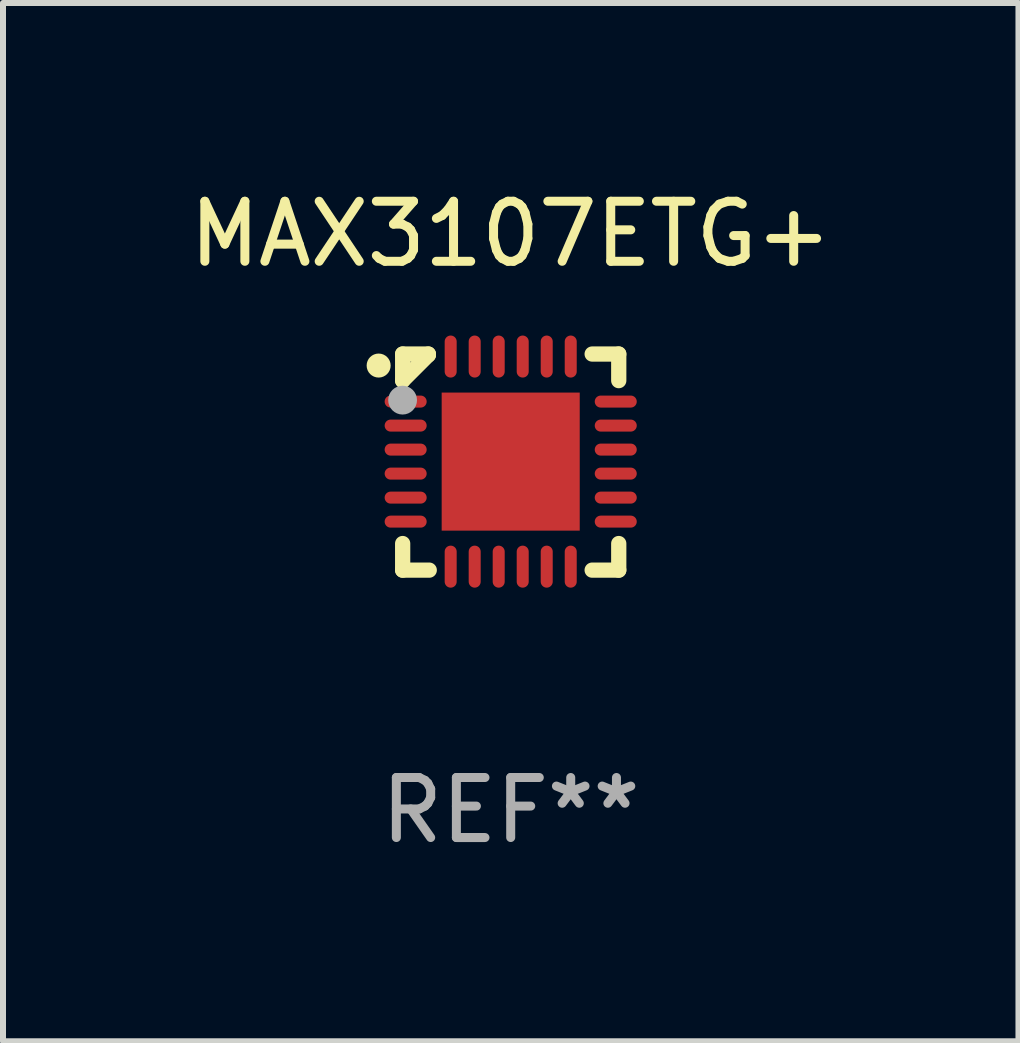
<source format=kicad_pcb>
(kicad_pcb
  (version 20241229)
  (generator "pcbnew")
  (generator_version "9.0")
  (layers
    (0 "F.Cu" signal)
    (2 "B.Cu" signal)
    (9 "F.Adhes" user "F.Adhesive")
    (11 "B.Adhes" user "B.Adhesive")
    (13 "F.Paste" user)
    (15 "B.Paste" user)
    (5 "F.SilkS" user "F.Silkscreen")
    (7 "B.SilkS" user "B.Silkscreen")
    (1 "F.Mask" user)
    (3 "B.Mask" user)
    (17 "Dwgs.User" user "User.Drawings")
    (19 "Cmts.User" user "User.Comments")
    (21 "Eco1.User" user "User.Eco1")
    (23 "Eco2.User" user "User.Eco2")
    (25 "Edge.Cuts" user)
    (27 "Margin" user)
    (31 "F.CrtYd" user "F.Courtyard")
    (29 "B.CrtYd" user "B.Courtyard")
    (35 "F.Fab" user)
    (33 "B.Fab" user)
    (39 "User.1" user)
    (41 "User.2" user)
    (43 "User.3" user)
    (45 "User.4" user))
  (footprint "MAX3107ETG+"
    (layer "F.Cu")
    (at 5.458 4.648)
    (property "Reference" "MAX3107ETG+" (at 0 -3.8 0) (layer "F.SilkS") (effects (font (size 1 1) (thickness 0.15))))
    (attr through_hole)
    (fp_line (start -1.8 -1.8) (end -1.372 -1.8) (stroke (width 0.254) (type solid)) (layer "F.SilkS"))
    (fp_line (start -1.8 -1.357) (end -1.8 -1.8) (stroke (width 0.254) (type solid)) (layer "F.SilkS"))
    (fp_line (start -1.8 1.8) (end -1.8 1.357) (stroke (width 0.254) (type solid)) (layer "F.SilkS"))
    (fp_line (start -1.372 -1.8) (end -1.372 -1.785) (stroke (width 0.254) (type solid)) (layer "F.SilkS"))
    (fp_line (start -1.372 -1.785) (end -1.8 -1.357) (stroke (width 0.254) (type solid)) (layer "F.SilkS"))
    (fp_line (start -1.357 1.8) (end -1.8 1.8) (stroke (width 0.254) (type solid)) (layer "F.SilkS"))
    (fp_line (start 1.357 -1.8) (end 1.8 -1.8) (stroke (width 0.254) (type solid)) (layer "F.SilkS"))
    (fp_line (start 1.8 -1.8) (end 1.8 -1.357) (stroke (width 0.254) (type solid)) (layer "F.SilkS"))
    (fp_line (start 1.8 1.357) (end 1.8 1.8) (stroke (width 0.254) (type solid)) (layer "F.SilkS"))
    (fp_line (start 1.8 1.8) (end 1.357 1.8) (stroke (width 0.254) (type solid)) (layer "F.SilkS"))
    (fp_circle (center -2.2 -1.608) (end -2.1 -1.608) (stroke (width 0.2) (type solid)) (fill no) (layer "F.SilkS"))
    (fp_circle (center -1.75 -1.758) (end -1.72 -1.758) (stroke (width 0.06) (type solid)) (fill no) (layer "F.SilkS"))
    (fp_circle (center -1.801 -1.032) (end -1.681 -1.032) (stroke (width 0.24) (type solid)) (fill no) (layer "F.Fab"))
    (fp_text user "REF**" (at 0 5.8 0) (layer "F.Fab") (effects (font (size 1 1) (thickness 0.15))))
    (pad "1" smd oval (at -1.75 -1.008) (size 0.7 0.2) (layers "F.Cu" "F.Mask" "F.Paste"))
    (pad "2" smd oval (at -1.75 -0.608) (size 0.7 0.2) (layers "F.Cu" "F.Mask" "F.Paste"))
    (pad "3" smd oval (at -1.75 -0.208) (size 0.7 0.2) (layers "F.Cu" "F.Mask" "F.Paste"))
    (pad "4" smd oval (at -1.75 0.192) (size 0.7 0.2) (layers "F.Cu" "F.Mask" "F.Paste"))
    (pad "5" smd oval (at -1.75 0.592) (size 0.7 0.2) (layers "F.Cu" "F.Mask" "F.Paste"))
    (pad "6" smd oval (at -1.75 0.992) (size 0.7 0.2) (layers "F.Cu" "F.Mask" "F.Paste"))
    (pad "7" smd oval (at -1 1.742) (size 0.2 0.7) (layers "F.Cu" "F.Mask" "F.Paste"))
    (pad "8" smd oval (at -0.6 1.742) (size 0.2 0.7) (layers "F.Cu" "F.Mask" "F.Paste"))
    (pad "9" smd oval (at -0.2 1.742) (size 0.2 0.7) (layers "F.Cu" "F.Mask" "F.Paste"))
    (pad "10" smd oval (at 0.2 1.742) (size 0.2 0.7) (layers "F.Cu" "F.Mask" "F.Paste"))
    (pad "11" smd oval (at 0.6 1.742) (size 0.2 0.7) (layers "F.Cu" "F.Mask" "F.Paste"))
    (pad "12" smd oval (at 1 1.742) (size 0.2 0.7) (layers "F.Cu" "F.Mask" "F.Paste"))
    (pad "13" smd oval (at 1.75 0.992) (size 0.7 0.2) (layers "F.Cu" "F.Mask" "F.Paste"))
    (pad "14" smd oval (at 1.75 0.592) (size 0.7 0.2) (layers "F.Cu" "F.Mask" "F.Paste"))
    (pad "15" smd oval (at 1.75 0.192) (size 0.7 0.2) (layers "F.Cu" "F.Mask" "F.Paste"))
    (pad "16" smd oval (at 1.75 -0.208) (size 0.7 0.2) (layers "F.Cu" "F.Mask" "F.Paste"))
    (pad "17" smd oval (at 1.75 -0.608) (size 0.7 0.2) (layers "F.Cu" "F.Mask" "F.Paste"))
    (pad "18" smd oval (at 1.75 -1.008) (size 0.7 0.2) (layers "F.Cu" "F.Mask" "F.Paste"))
    (pad "19" smd oval (at 1 -1.758) (size 0.2 0.7) (layers "F.Cu" "F.Mask" "F.Paste"))
    (pad "20" smd oval (at 0.6 -1.758) (size 0.2 0.7) (layers "F.Cu" "F.Mask" "F.Paste"))
    (pad "21" smd oval (at 0.2 -1.758) (size 0.2 0.7) (layers "F.Cu" "F.Mask" "F.Paste"))
    (pad "22" smd oval (at -0.2 -1.758) (size 0.2 0.7) (layers "F.Cu" "F.Mask" "F.Paste"))
    (pad "23" smd oval (at -0.6 -1.758) (size 0.2 0.7) (layers "F.Cu" "F.Mask" "F.Paste"))
    (pad "24" smd oval (at -1 -1.758) (size 0.2 0.7) (layers "F.Cu" "F.Mask" "F.Paste"))
    (pad "25" smd rect (at 0 -0.008 180) (size 2.3 2.3) (layers "F.Cu" "F.Mask" "F.Paste")))
  (gr_rect
    (start -3 -3)
    (end 13.917 14.297)
    (stroke (width 0.1) (type default))
    (fill no)
    (layer "Edge.Cuts")))
</source>
